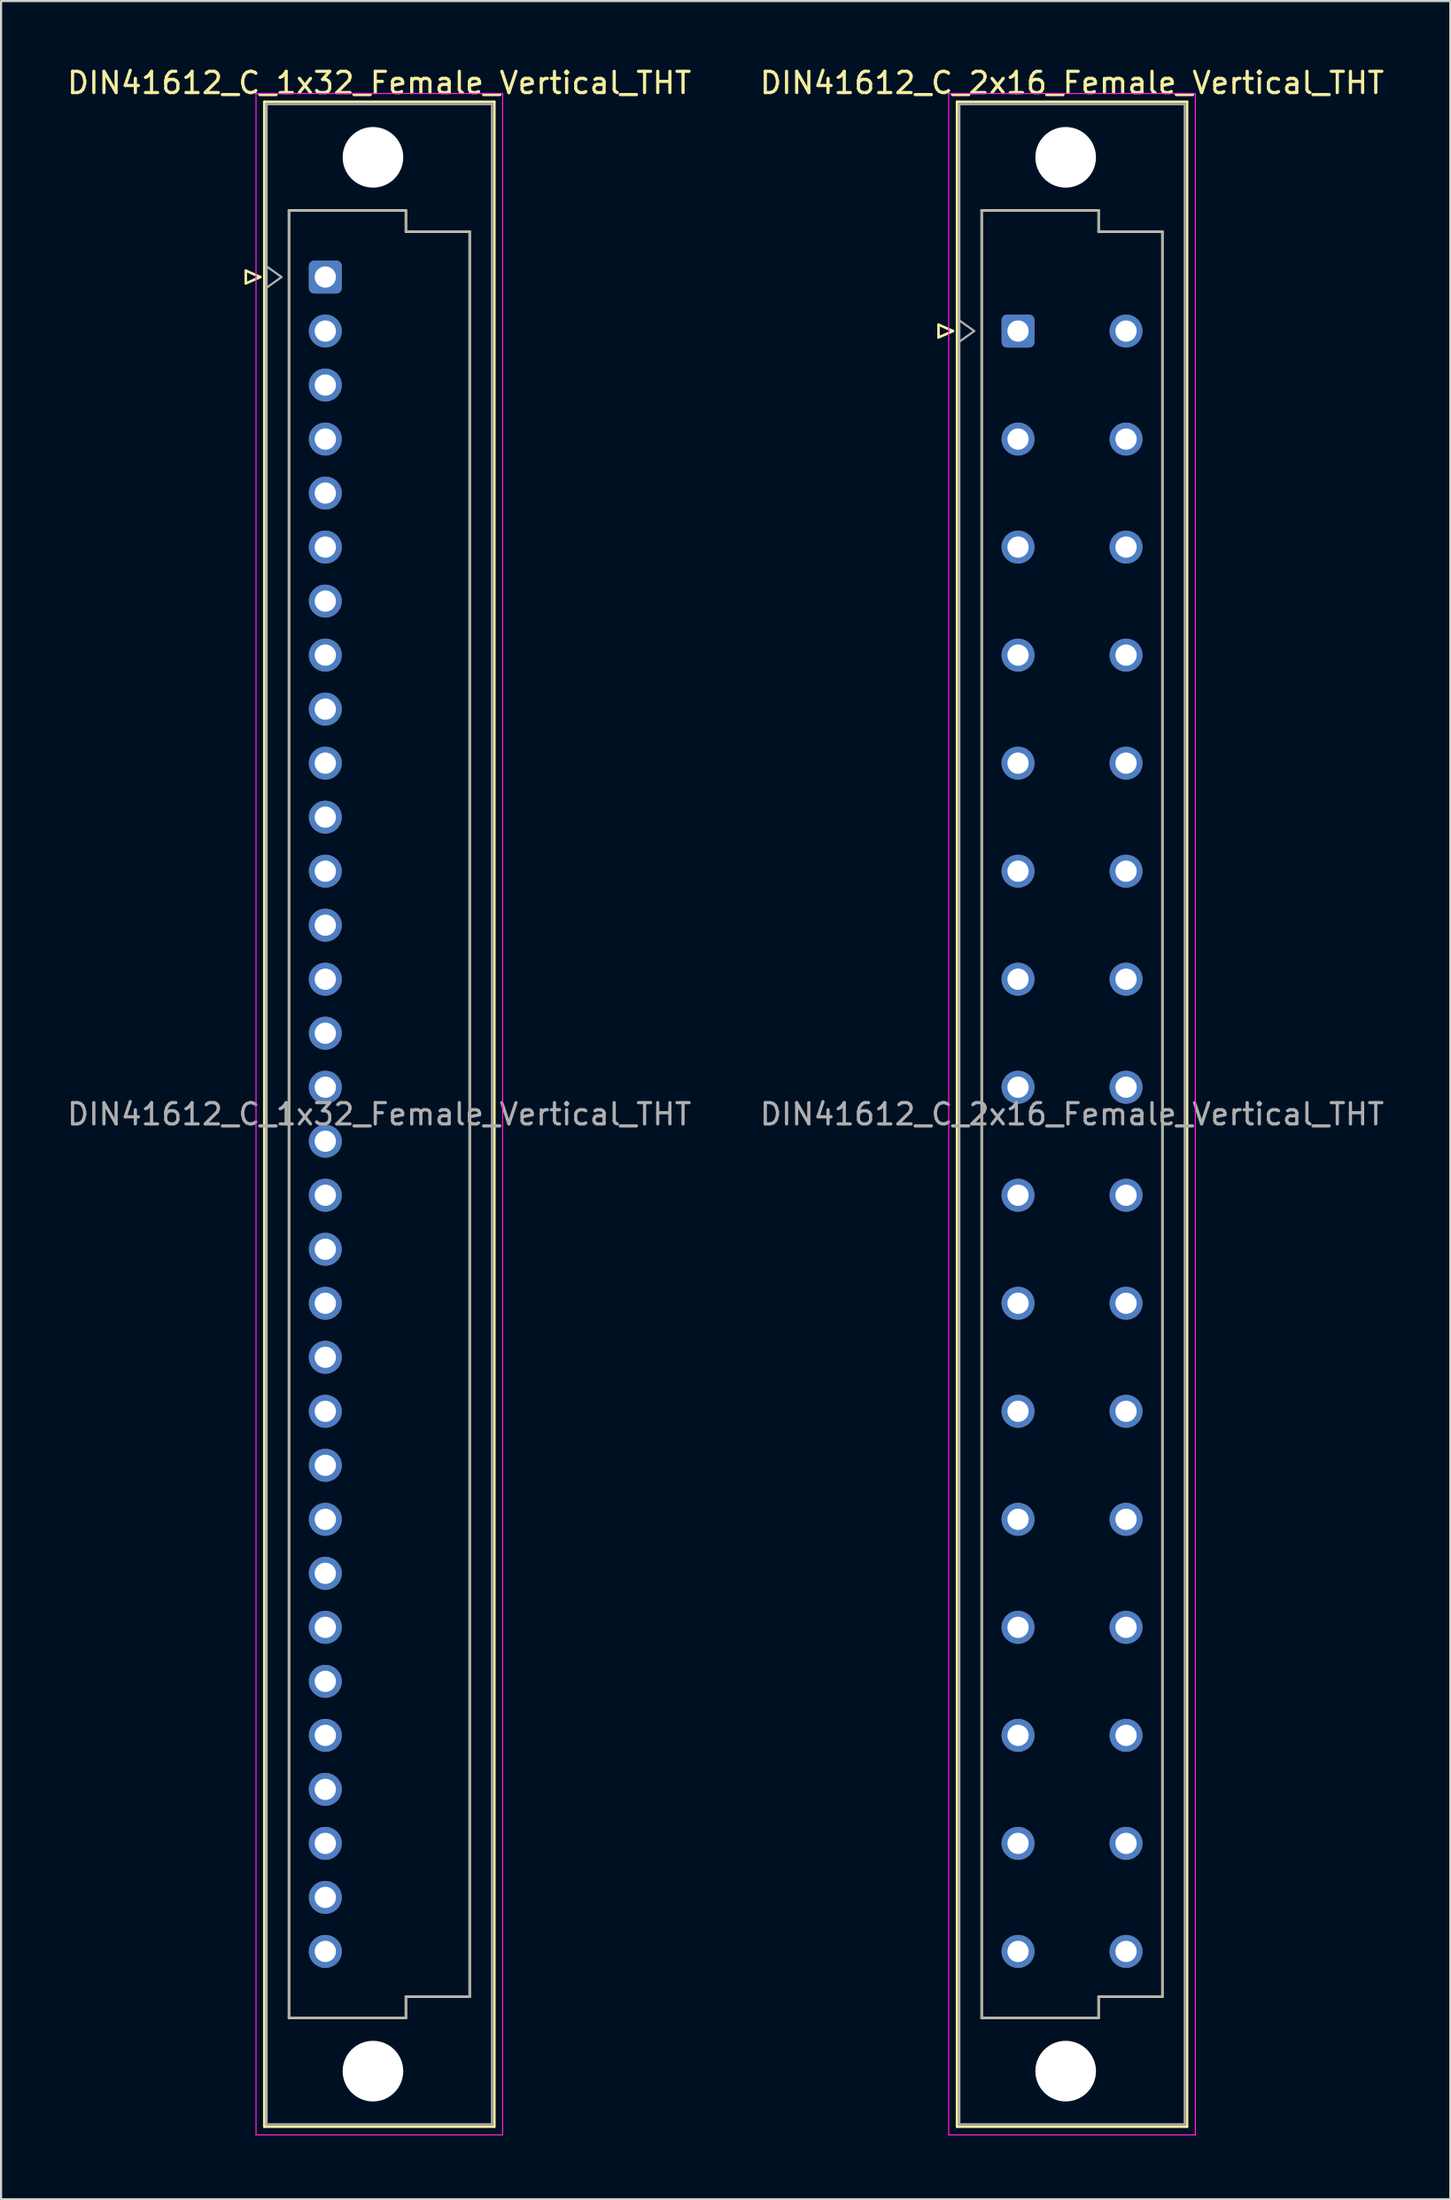
<source format=kicad_pcb>
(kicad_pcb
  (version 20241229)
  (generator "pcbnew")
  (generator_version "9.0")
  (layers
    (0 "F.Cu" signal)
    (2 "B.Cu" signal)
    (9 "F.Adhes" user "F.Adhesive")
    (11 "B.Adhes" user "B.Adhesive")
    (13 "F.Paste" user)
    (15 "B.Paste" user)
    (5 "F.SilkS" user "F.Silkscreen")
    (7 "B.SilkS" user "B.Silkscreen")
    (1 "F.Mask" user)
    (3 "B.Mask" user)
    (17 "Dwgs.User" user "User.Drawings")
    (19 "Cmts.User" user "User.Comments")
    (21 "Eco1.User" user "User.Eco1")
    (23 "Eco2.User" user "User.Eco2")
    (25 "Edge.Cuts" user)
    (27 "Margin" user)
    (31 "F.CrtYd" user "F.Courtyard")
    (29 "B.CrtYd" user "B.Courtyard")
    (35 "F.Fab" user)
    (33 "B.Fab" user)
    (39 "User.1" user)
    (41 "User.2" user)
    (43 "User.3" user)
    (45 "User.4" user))
  (footprint "DIN41612_C_1x32_Female_Vertical_THT"
    (layer "F.Cu")
    (at 12.252 9.978)
    (property "Reference" "DIN41612_C_1x32_Female_Vertical_THT" (at 2.54 -9.13 0) (layer "F.SilkS") (effects (font (size 1 1) (thickness 0.15))))
    (attr through_hole)
    (fp_line (start -3.74 -0.3) (end -3.74 0.3) (stroke (width 0.12) (type solid)) (layer "F.SilkS"))
    (fp_line (start -3.74 0.3) (end -3.06 0) (stroke (width 0.12) (type solid)) (layer "F.SilkS"))
    (fp_line (start -3.06 0) (end -3.74 -0.3) (stroke (width 0.12) (type solid)) (layer "F.SilkS"))
    (fp_line (start -2.87 -8.24) (end 7.95 -8.24) (stroke (width 0.12) (type solid)) (layer "F.SilkS"))
    (fp_line (start -2.87 86.98) (end -2.87 -8.24) (stroke (width 0.12) (type solid)) (layer "F.SilkS"))
    (fp_line (start -1.71 -3.131) (end 3.79 -3.131) (stroke (width 0.12) (type solid)) (layer "F.SilkS"))
    (fp_line (start -1.71 81.87) (end -1.71 -3.131) (stroke (width 0.12) (type solid)) (layer "F.SilkS"))
    (fp_line (start 3.79 -3.131) (end 3.79 -2.131) (stroke (width 0.12) (type solid)) (layer "F.SilkS"))
    (fp_line (start 3.79 -2.131) (end 6.79 -2.131) (stroke (width 0.12) (type solid)) (layer "F.SilkS"))
    (fp_line (start 3.79 80.87) (end 3.79 81.87) (stroke (width 0.12) (type solid)) (layer "F.SilkS"))
    (fp_line (start 3.79 81.87) (end -1.71 81.87) (stroke (width 0.12) (type solid)) (layer "F.SilkS"))
    (fp_line (start 6.79 -2.131) (end 6.79 80.87) (stroke (width 0.12) (type solid)) (layer "F.SilkS"))
    (fp_line (start 6.79 80.87) (end 3.79 80.87) (stroke (width 0.12) (type solid)) (layer "F.SilkS"))
    (fp_line (start 7.95 -8.24) (end 7.95 86.98) (stroke (width 0.12) (type solid)) (layer "F.SilkS"))
    (fp_line (start 7.95 86.98) (end -2.87 86.98) (stroke (width 0.12) (type solid)) (layer "F.SilkS"))
    (fp_line (start -3.26 -8.63) (end 8.34 -8.63) (stroke (width 0.05) (type solid)) (layer "F.CrtYd"))
    (fp_line (start -3.26 87.37) (end -3.26 -8.63) (stroke (width 0.05) (type solid)) (layer "F.CrtYd"))
    (fp_line (start 8.34 -8.63) (end 8.34 87.37) (stroke (width 0.05) (type solid)) (layer "F.CrtYd"))
    (fp_line (start 8.34 87.37) (end -3.26 87.37) (stroke (width 0.05) (type solid)) (layer "F.CrtYd"))
    (fp_line (start -2.76 -8.13) (end 7.84 -8.13) (stroke (width 0.1) (type solid)) (layer "F.Fab"))
    (fp_line (start -2.76 -0.5) (end -2.06 0) (stroke (width 0.1) (type solid)) (layer "F.Fab"))
    (fp_line (start -2.76 86.87) (end -2.76 -8.13) (stroke (width 0.1) (type solid)) (layer "F.Fab"))
    (fp_line (start -2.06 0) (end -2.76 0.5) (stroke (width 0.1) (type solid)) (layer "F.Fab"))
    (fp_line (start -1.71 -3.13) (end 3.79 -3.13) (stroke (width 0.1) (type solid)) (layer "F.Fab"))
    (fp_line (start -1.71 81.87) (end -1.71 -3.13) (stroke (width 0.1) (type solid)) (layer "F.Fab"))
    (fp_line (start 3.79 -3.13) (end 3.79 -2.13) (stroke (width 0.1) (type solid)) (layer "F.Fab"))
    (fp_line (start 3.79 -2.13) (end 6.79 -2.13) (stroke (width 0.1) (type solid)) (layer "F.Fab"))
    (fp_line (start 3.79 80.87) (end 3.79 81.87) (stroke (width 0.1) (type solid)) (layer "F.Fab"))
    (fp_line (start 3.79 81.87) (end -1.71 81.87) (stroke (width 0.1) (type solid)) (layer "F.Fab"))
    (fp_line (start 6.79 -2.13) (end 6.79 80.87) (stroke (width 0.1) (type solid)) (layer "F.Fab"))
    (fp_line (start 6.79 80.87) (end 3.79 80.87) (stroke (width 0.1) (type solid)) (layer "F.Fab"))
    (fp_line (start 7.84 -8.13) (end 7.84 86.87) (stroke (width 0.1) (type solid)) (layer "F.Fab"))
    (fp_line (start 7.84 86.87) (end -2.76 86.87) (stroke (width 0.1) (type solid)) (layer "F.Fab"))
    (fp_text user "${REFERENCE}" (at 2.54 39.37 0) (layer "F.Fab") (effects (font (size 1 1) (thickness 0.15))))
    (pad "" np_thru_hole circle (at 2.24 -5.63) (size 2.85 2.85) (drill 2.85) (layers "*.Cu" "*.Mask"))
    (pad "" np_thru_hole circle (at 2.24 84.37) (size 2.85 2.85) (drill 2.85) (layers "*.Cu" "*.Mask"))
    (pad "a1" thru_hole roundrect (at 0 0) (size 1.55 1.55) (drill 1) (layers "*.Cu" "*.Mask") (roundrect_rratio 0.161))
    (pad "a2" thru_hole circle (at 0 2.54) (size 1.55 1.55) (drill 1) (layers "*.Cu" "*.Mask"))
    (pad "a3" thru_hole circle (at 0 5.08) (size 1.55 1.55) (drill 1) (layers "*.Cu" "*.Mask"))
    (pad "a4" thru_hole circle (at 0 7.62) (size 1.55 1.55) (drill 1) (layers "*.Cu" "*.Mask"))
    (pad "a5" thru_hole circle (at 0 10.16) (size 1.55 1.55) (drill 1) (layers "*.Cu" "*.Mask"))
    (pad "a6" thru_hole circle (at 0 12.7) (size 1.55 1.55) (drill 1) (layers "*.Cu" "*.Mask"))
    (pad "a7" thru_hole circle (at 0 15.24) (size 1.55 1.55) (drill 1) (layers "*.Cu" "*.Mask"))
    (pad "a8" thru_hole circle (at 0 17.78) (size 1.55 1.55) (drill 1) (layers "*.Cu" "*.Mask"))
    (pad "a9" thru_hole circle (at 0 20.32) (size 1.55 1.55) (drill 1) (layers "*.Cu" "*.Mask"))
    (pad "a10" thru_hole circle (at 0 22.86) (size 1.55 1.55) (drill 1) (layers "*.Cu" "*.Mask"))
    (pad "a11" thru_hole circle (at 0 25.4) (size 1.55 1.55) (drill 1) (layers "*.Cu" "*.Mask"))
    (pad "a12" thru_hole circle (at 0 27.94) (size 1.55 1.55) (drill 1) (layers "*.Cu" "*.Mask"))
    (pad "a13" thru_hole circle (at 0 30.48) (size 1.55 1.55) (drill 1) (layers "*.Cu" "*.Mask"))
    (pad "a14" thru_hole circle (at 0 33.02) (size 1.55 1.55) (drill 1) (layers "*.Cu" "*.Mask"))
    (pad "a15" thru_hole circle (at 0 35.56) (size 1.55 1.55) (drill 1) (layers "*.Cu" "*.Mask"))
    (pad "a16" thru_hole circle (at 0 38.1) (size 1.55 1.55) (drill 1) (layers "*.Cu" "*.Mask"))
    (pad "a17" thru_hole circle (at 0 40.64) (size 1.55 1.55) (drill 1) (layers "*.Cu" "*.Mask"))
    (pad "a18" thru_hole circle (at 0 43.18) (size 1.55 1.55) (drill 1) (layers "*.Cu" "*.Mask"))
    (pad "a19" thru_hole circle (at 0 45.72) (size 1.55 1.55) (drill 1) (layers "*.Cu" "*.Mask"))
    (pad "a20" thru_hole circle (at 0 48.26) (size 1.55 1.55) (drill 1) (layers "*.Cu" "*.Mask"))
    (pad "a21" thru_hole circle (at 0 50.8) (size 1.55 1.55) (drill 1) (layers "*.Cu" "*.Mask"))
    (pad "a22" thru_hole circle (at 0 53.34) (size 1.55 1.55) (drill 1) (layers "*.Cu" "*.Mask"))
    (pad "a23" thru_hole circle (at 0 55.88) (size 1.55 1.55) (drill 1) (layers "*.Cu" "*.Mask"))
    (pad "a24" thru_hole circle (at 0 58.42) (size 1.55 1.55) (drill 1) (layers "*.Cu" "*.Mask"))
    (pad "a25" thru_hole circle (at 0 60.96) (size 1.55 1.55) (drill 1) (layers "*.Cu" "*.Mask"))
    (pad "a26" thru_hole circle (at 0 63.5) (size 1.55 1.55) (drill 1) (layers "*.Cu" "*.Mask"))
    (pad "a27" thru_hole circle (at 0 66.04) (size 1.55 1.55) (drill 1) (layers "*.Cu" "*.Mask"))
    (pad "a28" thru_hole circle (at 0 68.58) (size 1.55 1.55) (drill 1) (layers "*.Cu" "*.Mask"))
    (pad "a29" thru_hole circle (at 0 71.12) (size 1.55 1.55) (drill 1) (layers "*.Cu" "*.Mask"))
    (pad "a30" thru_hole circle (at 0 73.66) (size 1.55 1.55) (drill 1) (layers "*.Cu" "*.Mask"))
    (pad "a31" thru_hole circle (at 0 76.2) (size 1.55 1.55) (drill 1) (layers "*.Cu" "*.Mask"))
    (pad "a32" thru_hole circle (at 0 78.74) (size 1.55 1.55) (drill 1) (layers "*.Cu" "*.Mask")))
  (footprint "DIN41612_C_2x16_Female_Vertical_THT"
    (layer "F.Cu")
    (at 44.835 9.978)
    (property "Reference" "DIN41612_C_2x16_Female_Vertical_THT" (at 2.54 -9.13 0) (layer "F.SilkS") (effects (font (size 1 1) (thickness 0.15))))
    (attr through_hole)
    (fp_line (start -3.74 2.24) (end -3.74 2.84) (stroke (width 0.12) (type solid)) (layer "F.SilkS"))
    (fp_line (start -3.74 2.84) (end -3.06 2.54) (stroke (width 0.12) (type solid)) (layer "F.SilkS"))
    (fp_line (start -3.06 2.54) (end -3.74 2.24) (stroke (width 0.12) (type solid)) (layer "F.SilkS"))
    (fp_line (start -2.87 -8.24) (end 7.95 -8.24) (stroke (width 0.12) (type solid)) (layer "F.SilkS"))
    (fp_line (start -2.87 86.98) (end -2.87 -8.24) (stroke (width 0.12) (type solid)) (layer "F.SilkS"))
    (fp_line (start -1.71 -3.131) (end 3.79 -3.131) (stroke (width 0.12) (type solid)) (layer "F.SilkS"))
    (fp_line (start -1.71 81.87) (end -1.71 -3.131) (stroke (width 0.12) (type solid)) (layer "F.SilkS"))
    (fp_line (start 3.79 -3.131) (end 3.79 -2.131) (stroke (width 0.12) (type solid)) (layer "F.SilkS"))
    (fp_line (start 3.79 -2.131) (end 6.79 -2.131) (stroke (width 0.12) (type solid)) (layer "F.SilkS"))
    (fp_line (start 3.79 80.87) (end 3.79 81.87) (stroke (width 0.12) (type solid)) (layer "F.SilkS"))
    (fp_line (start 3.79 81.87) (end -1.71 81.87) (stroke (width 0.12) (type solid)) (layer "F.SilkS"))
    (fp_line (start 6.79 -2.131) (end 6.79 80.87) (stroke (width 0.12) (type solid)) (layer "F.SilkS"))
    (fp_line (start 6.79 80.87) (end 3.79 80.87) (stroke (width 0.12) (type solid)) (layer "F.SilkS"))
    (fp_line (start 7.95 -8.24) (end 7.95 86.98) (stroke (width 0.12) (type solid)) (layer "F.SilkS"))
    (fp_line (start 7.95 86.98) (end -2.87 86.98) (stroke (width 0.12) (type solid)) (layer "F.SilkS"))
    (fp_line (start -3.26 -8.63) (end 8.34 -8.63) (stroke (width 0.05) (type solid)) (layer "F.CrtYd"))
    (fp_line (start -3.26 87.37) (end -3.26 -8.63) (stroke (width 0.05) (type solid)) (layer "F.CrtYd"))
    (fp_line (start 8.34 -8.63) (end 8.34 87.37) (stroke (width 0.05) (type solid)) (layer "F.CrtYd"))
    (fp_line (start 8.34 87.37) (end -3.26 87.37) (stroke (width 0.05) (type solid)) (layer "F.CrtYd"))
    (fp_line (start -2.76 -8.13) (end 7.84 -8.13) (stroke (width 0.1) (type solid)) (layer "F.Fab"))
    (fp_line (start -2.76 2.04) (end -2.06 2.54) (stroke (width 0.1) (type solid)) (layer "F.Fab"))
    (fp_line (start -2.76 86.87) (end -2.76 -8.13) (stroke (width 0.1) (type solid)) (layer "F.Fab"))
    (fp_line (start -2.06 2.54) (end -2.76 3.04) (stroke (width 0.1) (type solid)) (layer "F.Fab"))
    (fp_line (start -1.71 -3.13) (end 3.79 -3.13) (stroke (width 0.1) (type solid)) (layer "F.Fab"))
    (fp_line (start -1.71 81.87) (end -1.71 -3.13) (stroke (width 0.1) (type solid)) (layer "F.Fab"))
    (fp_line (start 3.79 -3.13) (end 3.79 -2.13) (stroke (width 0.1) (type solid)) (layer "F.Fab"))
    (fp_line (start 3.79 -2.13) (end 6.79 -2.13) (stroke (width 0.1) (type solid)) (layer "F.Fab"))
    (fp_line (start 3.79 80.87) (end 3.79 81.87) (stroke (width 0.1) (type solid)) (layer "F.Fab"))
    (fp_line (start 3.79 81.87) (end -1.71 81.87) (stroke (width 0.1) (type solid)) (layer "F.Fab"))
    (fp_line (start 6.79 -2.13) (end 6.79 80.87) (stroke (width 0.1) (type solid)) (layer "F.Fab"))
    (fp_line (start 6.79 80.87) (end 3.79 80.87) (stroke (width 0.1) (type solid)) (layer "F.Fab"))
    (fp_line (start 7.84 -8.13) (end 7.84 86.87) (stroke (width 0.1) (type solid)) (layer "F.Fab"))
    (fp_line (start 7.84 86.87) (end -2.76 86.87) (stroke (width 0.1) (type solid)) (layer "F.Fab"))
    (fp_text user "${REFERENCE}" (at 2.54 39.37 0) (layer "F.Fab") (effects (font (size 1 1) (thickness 0.15))))
    (pad "" np_thru_hole circle (at 2.24 -5.63) (size 2.85 2.85) (drill 2.85) (layers "*.Cu" "*.Mask"))
    (pad "" np_thru_hole circle (at 2.24 84.37) (size 2.85 2.85) (drill 2.85) (layers "*.Cu" "*.Mask"))
    (pad "a2" thru_hole roundrect (at 0 2.54) (size 1.55 1.55) (drill 1) (layers "*.Cu" "*.Mask") (roundrect_rratio 0.161))
    (pad "a4" thru_hole circle (at 0 7.62) (size 1.55 1.55) (drill 1) (layers "*.Cu" "*.Mask"))
    (pad "a6" thru_hole circle (at 0 12.7) (size 1.55 1.55) (drill 1) (layers "*.Cu" "*.Mask"))
    (pad "a8" thru_hole circle (at 0 17.78) (size 1.55 1.55) (drill 1) (layers "*.Cu" "*.Mask"))
    (pad "a10" thru_hole circle (at 0 22.86) (size 1.55 1.55) (drill 1) (layers "*.Cu" "*.Mask"))
    (pad "a12" thru_hole circle (at 0 27.94) (size 1.55 1.55) (drill 1) (layers "*.Cu" "*.Mask"))
    (pad "a14" thru_hole circle (at 0 33.02) (size 1.55 1.55) (drill 1) (layers "*.Cu" "*.Mask"))
    (pad "a16" thru_hole circle (at 0 38.1) (size 1.55 1.55) (drill 1) (layers "*.Cu" "*.Mask"))
    (pad "a18" thru_hole circle (at 0 43.18) (size 1.55 1.55) (drill 1) (layers "*.Cu" "*.Mask"))
    (pad "a20" thru_hole circle (at 0 48.26) (size 1.55 1.55) (drill 1) (layers "*.Cu" "*.Mask"))
    (pad "a22" thru_hole circle (at 0 53.34) (size 1.55 1.55) (drill 1) (layers "*.Cu" "*.Mask"))
    (pad "a24" thru_hole circle (at 0 58.42) (size 1.55 1.55) (drill 1) (layers "*.Cu" "*.Mask"))
    (pad "a26" thru_hole circle (at 0 63.5) (size 1.55 1.55) (drill 1) (layers "*.Cu" "*.Mask"))
    (pad "a28" thru_hole circle (at 0 68.58) (size 1.55 1.55) (drill 1) (layers "*.Cu" "*.Mask"))
    (pad "a30" thru_hole circle (at 0 73.66) (size 1.55 1.55) (drill 1) (layers "*.Cu" "*.Mask"))
    (pad "a32" thru_hole circle (at 0 78.74) (size 1.55 1.55) (drill 1) (layers "*.Cu" "*.Mask"))
    (pad "c2" thru_hole circle (at 5.08 2.54) (size 1.55 1.55) (drill 1) (layers "*.Cu" "*.Mask"))
    (pad "c4" thru_hole circle (at 5.08 7.62) (size 1.55 1.55) (drill 1) (layers "*.Cu" "*.Mask"))
    (pad "c6" thru_hole circle (at 5.08 12.7) (size 1.55 1.55) (drill 1) (layers "*.Cu" "*.Mask"))
    (pad "c8" thru_hole circle (at 5.08 17.78) (size 1.55 1.55) (drill 1) (layers "*.Cu" "*.Mask"))
    (pad "c10" thru_hole circle (at 5.08 22.86) (size 1.55 1.55) (drill 1) (layers "*.Cu" "*.Mask"))
    (pad "c12" thru_hole circle (at 5.08 27.94) (size 1.55 1.55) (drill 1) (layers "*.Cu" "*.Mask"))
    (pad "c14" thru_hole circle (at 5.08 33.02) (size 1.55 1.55) (drill 1) (layers "*.Cu" "*.Mask"))
    (pad "c16" thru_hole circle (at 5.08 38.1) (size 1.55 1.55) (drill 1) (layers "*.Cu" "*.Mask"))
    (pad "c18" thru_hole circle (at 5.08 43.18) (size 1.55 1.55) (drill 1) (layers "*.Cu" "*.Mask"))
    (pad "c20" thru_hole circle (at 5.08 48.26) (size 1.55 1.55) (drill 1) (layers "*.Cu" "*.Mask"))
    (pad "c22" thru_hole circle (at 5.08 53.34) (size 1.55 1.55) (drill 1) (layers "*.Cu" "*.Mask"))
    (pad "c24" thru_hole circle (at 5.08 58.42) (size 1.55 1.55) (drill 1) (layers "*.Cu" "*.Mask"))
    (pad "c26" thru_hole circle (at 5.08 63.5) (size 1.55 1.55) (drill 1) (layers "*.Cu" "*.Mask"))
    (pad "c28" thru_hole circle (at 5.08 68.58) (size 1.55 1.55) (drill 1) (layers "*.Cu" "*.Mask"))
    (pad "c30" thru_hole circle (at 5.08 73.66) (size 1.55 1.55) (drill 1) (layers "*.Cu" "*.Mask"))
    (pad "c32" thru_hole circle (at 5.08 78.74) (size 1.55 1.55) (drill 1) (layers "*.Cu" "*.Mask")))
  (gr_rect
    (start -3 -3)
    (end 65.167 100.373)
    (stroke (width 0.1) (type default))
    (fill no)
    (layer "Edge.Cuts")))
</source>
